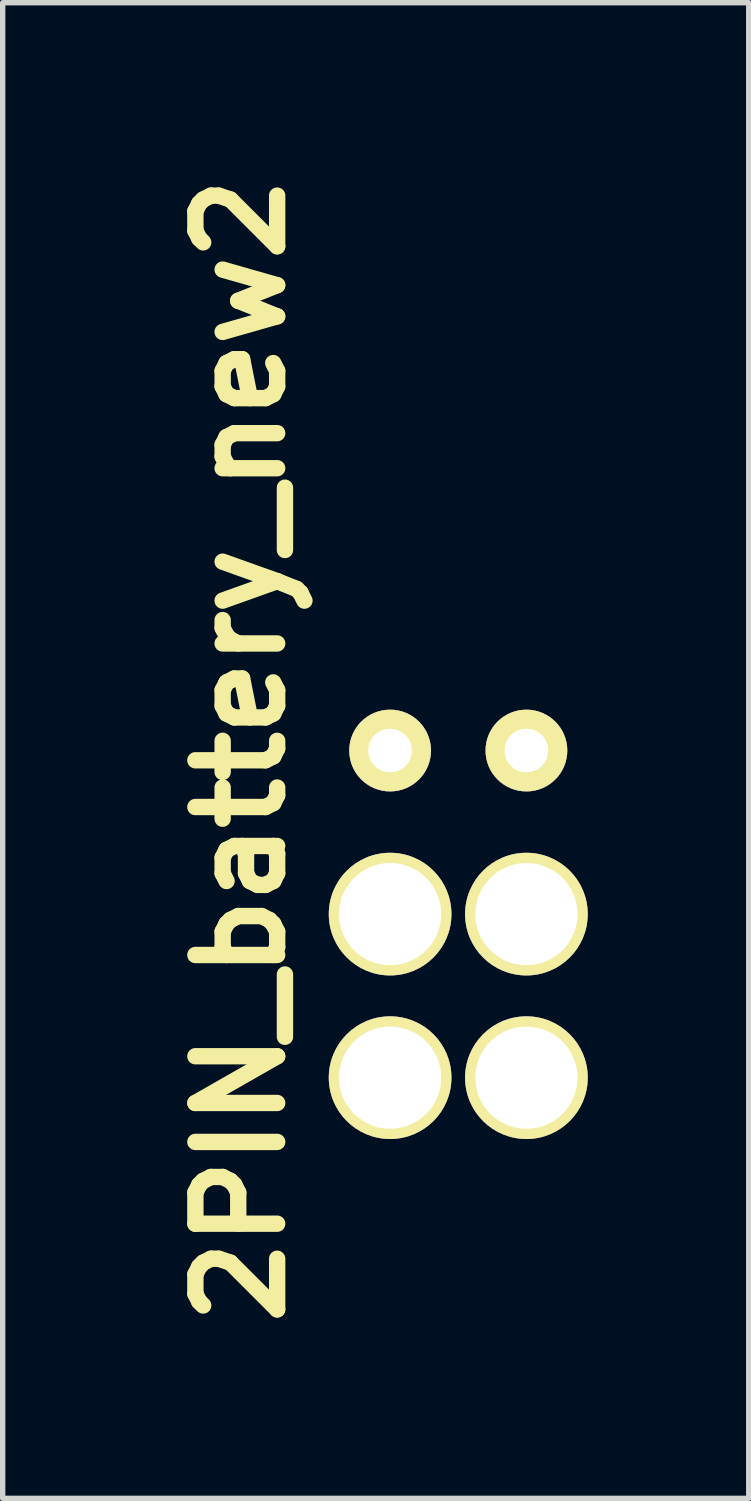
<source format=kicad_pcb>
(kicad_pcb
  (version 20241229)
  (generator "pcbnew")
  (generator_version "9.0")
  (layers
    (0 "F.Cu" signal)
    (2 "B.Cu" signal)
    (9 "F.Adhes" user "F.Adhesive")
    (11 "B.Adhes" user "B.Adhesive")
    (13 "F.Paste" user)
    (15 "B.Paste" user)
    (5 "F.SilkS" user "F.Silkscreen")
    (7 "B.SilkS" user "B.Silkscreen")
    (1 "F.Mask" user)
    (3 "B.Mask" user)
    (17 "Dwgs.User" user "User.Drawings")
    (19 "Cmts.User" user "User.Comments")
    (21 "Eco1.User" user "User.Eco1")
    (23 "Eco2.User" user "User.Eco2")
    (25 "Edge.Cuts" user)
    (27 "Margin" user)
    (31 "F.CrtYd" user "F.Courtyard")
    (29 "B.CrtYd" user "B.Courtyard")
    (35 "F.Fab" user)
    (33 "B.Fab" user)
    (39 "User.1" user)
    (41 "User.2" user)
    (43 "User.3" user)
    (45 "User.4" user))
  (footprint "2PIN_battery_new2"
    (layer "F.Cu")
    (at 5.49 10.937)
    (property "Reference" "2PIN_battery_new2" (at -4.064 0 90) (layer "F.SilkS") (effects (font (size 1.524 1.524) (thickness 0.305))))
    (pad "1" thru_hole circle (at -1.27 0) (size 1.524 1.524) (drill 0.813) (layers "*.Cu" "*.Mask" "F.SilkS"))
    (pad "2" thru_hole circle (at 1.27 0) (size 1.524 1.524) (drill 0.813) (layers "*.Cu" "*.Mask" "F.SilkS"))
    (pad "5" thru_hole circle (at -1.27 3.048) (size 2.286 2.286) (drill 1.905) (layers "*.Cu" "*.Mask" "F.SilkS"))
    (pad "6" thru_hole circle (at 1.27 3.048) (size 2.286 2.286) (drill 1.905) (layers "*.Cu" "*.Mask" "F.SilkS"))
    (pad "7" thru_hole circle (at -1.27 6.096) (size 2.286 2.286) (drill 1.905) (layers "*.Cu" "*.Mask" "F.SilkS"))
    (pad "8" thru_hole circle (at 1.27 6.096) (size 2.286 2.286) (drill 1.905) (layers "*.Cu" "*.Mask" "F.SilkS")))
  (gr_rect
    (start -3 -3)
    (end 10.903 24.873)
    (stroke (width 0.1) (type default))
    (fill no)
    (layer "Edge.Cuts")))
</source>
